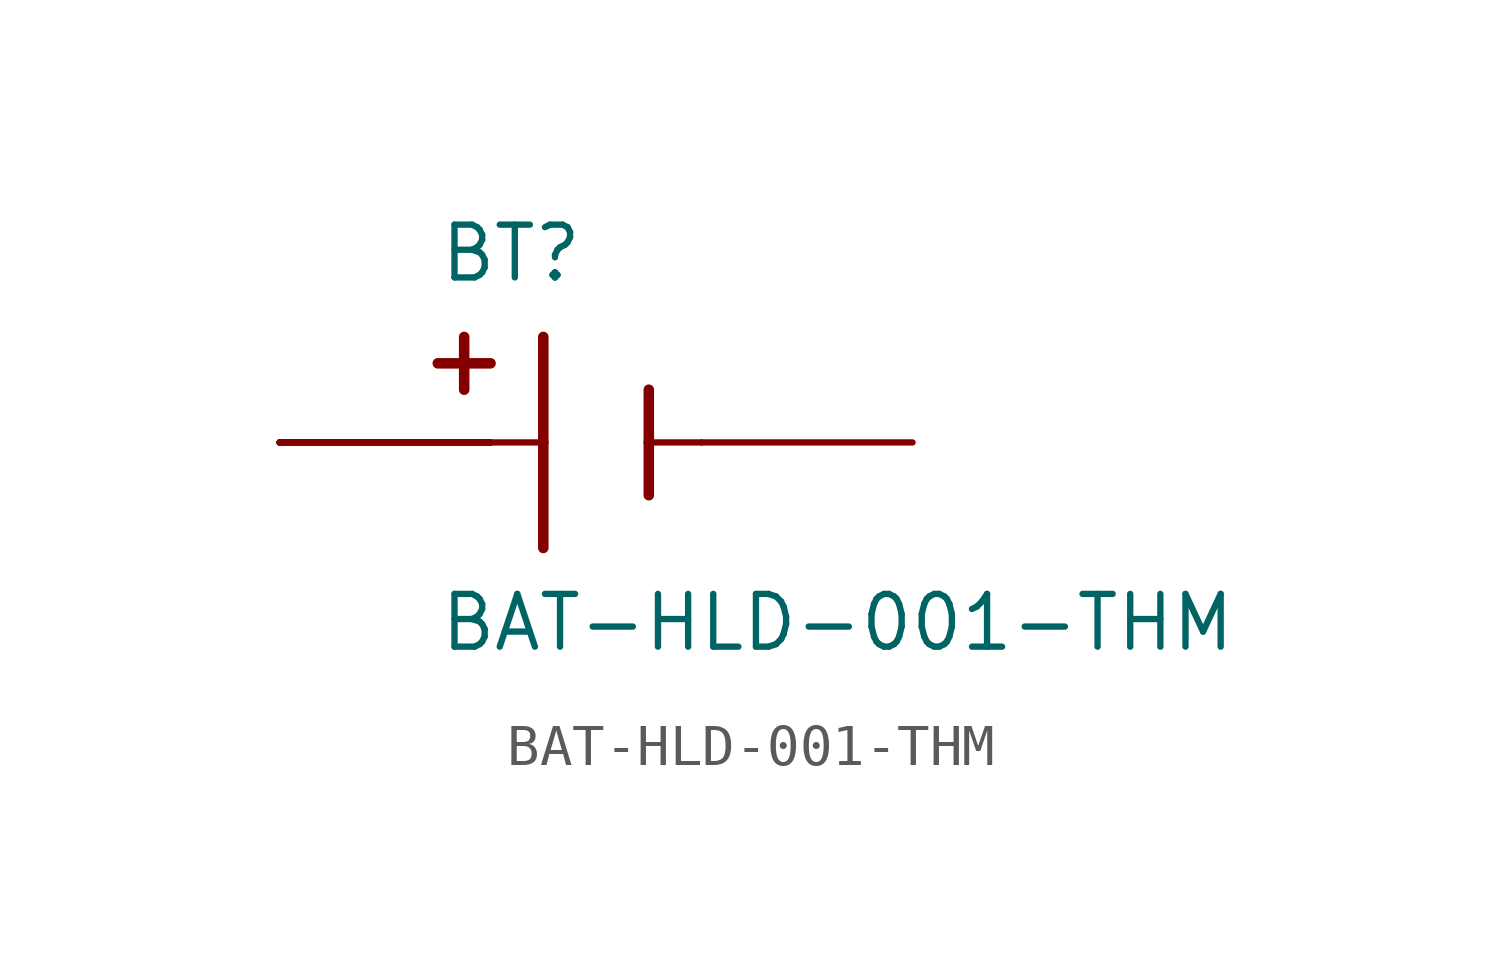
<source format=kicad_sym>
(kicad_symbol_lib
  (version 20220914)
  (generator kicad_symbol_editor)
  (symbol "BAT-HLD-001-THM"
    (pin_numbers hide)
    (pin_names
      (offset 1.016) hide)
    (property "Reference" "BT"
      (at -3.81 3.81 0)
      (effects (font (size 1.27 1.27)) (justify left bottom)))
    (property "Value" "BAT-HLD-001-THM"
      (at -3.81 -5.08 0)
      (effects (font (size 1.27 1.27)) (justify left bottom)))
    (property "ki_locked" ""
      (at 0 0 0)
      (effects (font (size 1.27 1.27))))
    (symbol "BAT-HLD-001-THM_0_0"
      (polyline (pts (xy -3.81 1.905) (xy -2.54 1.905)) (stroke (width 0.254) (type solid)) (fill (type none)))
      (polyline (pts (xy -3.175 2.54) (xy -3.175 1.27)) (stroke (width 0.254) (type solid)) (fill (type none)))
      (polyline (pts (xy -1.27 0) (xy -2.54 0)) (stroke (width 0.152) (type solid)) (fill (type none)))
      (polyline (pts (xy -1.27 0) (xy -1.27 -2.54)) (stroke (width 0.254) (type solid)) (fill (type none)))
      (polyline (pts (xy -1.27 2.54) (xy -1.27 0)) (stroke (width 0.254) (type solid)) (fill (type none)))
      (polyline (pts (xy 1.27 0) (xy 1.27 -1.27)) (stroke (width 0.254) (type solid)) (fill (type none)))
      (polyline (pts (xy 1.27 0) (xy 2.54 0)) (stroke (width 0.152) (type solid)) (fill (type none)))
      (polyline (pts (xy 1.27 1.27) (xy 1.27 0)) (stroke (width 0.254) (type solid)) (fill (type none)))
      (pin passive line (at 7.62 0 180) (length 5.08) (name "~" (effects (font (size 1.016 1.016)))) (number "N" (effects (font (size 1.016 1.016)))))
      (pin passive line (at -7.62 0 0) (length 5.08) (name "~" (effects (font (size 1.016 1.016)))) (number "P1" (effects (font (size 1.016 1.016)))))
      (pin passive line (at -7.62 0 0) (length 5.08) (name "~" (effects (font (size 1.016 1.016)))) (number "P2" (effects (font (size 1.016 1.016)))))
      (pin passive line (at -7.62 0 0) (length 5.08) (name "~" (effects (font (size 1.016 1.016)))) (number "P3" (effects (font (size 1.016 1.016)))))
      (pin passive line (at -7.62 0 0) (length 5.08) (name "~" (effects (font (size 1.016 1.016)))) (number "P4" (effects (font (size 1.016 1.016))))))))
</source>
